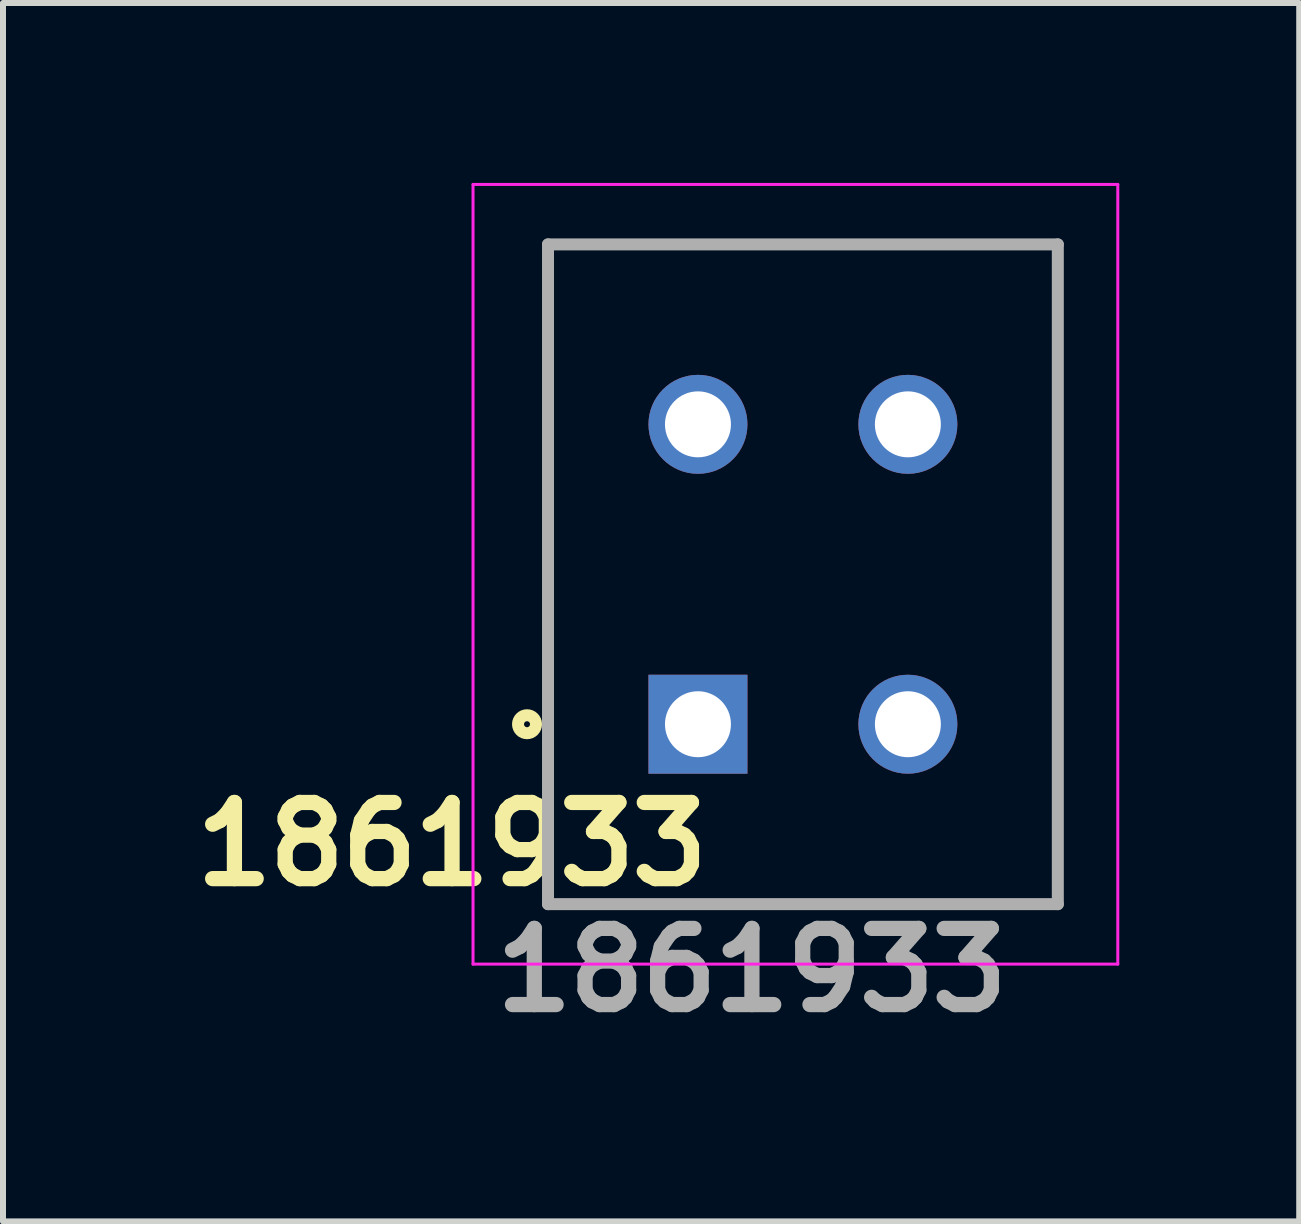
<source format=kicad_pcb>
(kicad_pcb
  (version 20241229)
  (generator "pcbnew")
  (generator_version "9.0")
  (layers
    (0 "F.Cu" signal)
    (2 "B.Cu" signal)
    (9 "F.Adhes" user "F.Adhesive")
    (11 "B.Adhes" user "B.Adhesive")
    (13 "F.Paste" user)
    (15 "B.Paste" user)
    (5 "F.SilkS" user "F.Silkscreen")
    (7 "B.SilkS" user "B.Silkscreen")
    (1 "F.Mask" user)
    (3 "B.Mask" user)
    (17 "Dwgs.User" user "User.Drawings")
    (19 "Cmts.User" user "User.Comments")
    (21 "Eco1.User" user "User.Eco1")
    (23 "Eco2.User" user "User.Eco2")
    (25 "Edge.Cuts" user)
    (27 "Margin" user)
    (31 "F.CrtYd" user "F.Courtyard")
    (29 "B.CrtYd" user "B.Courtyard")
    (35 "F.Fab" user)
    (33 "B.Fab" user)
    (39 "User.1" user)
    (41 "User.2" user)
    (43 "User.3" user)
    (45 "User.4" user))
  (footprint "1861933"
    (layer "F.Cu")
    (at 8.587 9.025)
    (property "Reference" "1861933" (at -4.1 2 0) (layer "F.SilkS") (effects (font (size 1.27 1.27) (thickness 0.254))))
    (attr through_hole)
    (fp_line (start -2.5 -8) (end 6 -8) (stroke (width 0.1) (type solid)) (layer "F.SilkS"))
    (fp_line (start -2.5 3) (end -2.5 -8) (stroke (width 0.1) (type solid)) (layer "F.SilkS"))
    (fp_line (start 6 -8) (end 6 3) (stroke (width 0.1) (type solid)) (layer "F.SilkS"))
    (fp_line (start 6 3) (end -2.5 3) (stroke (width 0.1) (type solid)) (layer "F.SilkS"))
    (fp_circle (center -2.85 0) (end -2.85 0.05) (stroke (width 0.2) (type solid)) (fill no) (layer "F.SilkS"))
    (fp_line (start -3.75 -9) (end 7 -9) (stroke (width 0.05) (type solid)) (layer "F.CrtYd"))
    (fp_line (start -3.75 4) (end -3.75 -9) (stroke (width 0.05) (type solid)) (layer "F.CrtYd"))
    (fp_line (start 7 -9) (end 7 4) (stroke (width 0.05) (type solid)) (layer "F.CrtYd"))
    (fp_line (start 7 4) (end -3.75 4) (stroke (width 0.05) (type solid)) (layer "F.CrtYd"))
    (fp_line (start -2.5 -8) (end 6 -8) (stroke (width 0.2) (type solid)) (layer "F.Fab"))
    (fp_line (start -2.5 3) (end -2.5 -8) (stroke (width 0.2) (type solid)) (layer "F.Fab"))
    (fp_line (start 6 -8) (end 6 3) (stroke (width 0.2) (type solid)) (layer "F.Fab"))
    (fp_line (start 6 3) (end -2.5 3) (stroke (width 0.2) (type solid)) (layer "F.Fab"))
    (fp_text user "${REFERENCE}" (at 0.9 4.1 0) (layer "F.Fab") (effects (font (size 1.27 1.27) (thickness 0.254))))
    (pad "1" thru_hole circle (at 0 -5) (size 1.65 1.65) (drill 1.1) (layers "*.Cu" "*.Mask"))
    (pad "1" thru_hole rect (at 0 0) (size 1.65 1.65) (drill 1.1) (layers "*.Cu" "*.Mask"))
    (pad "2" thru_hole circle (at 3.5 -5) (size 1.65 1.65) (drill 1.1) (layers "*.Cu" "*.Mask"))
    (pad "2" thru_hole circle (at 3.5 0) (size 1.65 1.65) (drill 1.1) (layers "*.Cu" "*.Mask")))
  (gr_rect
    (start -3 -3)
    (end 18.612 17.314)
    (stroke (width 0.1) (type default))
    (fill no)
    (layer "Edge.Cuts")))
</source>
